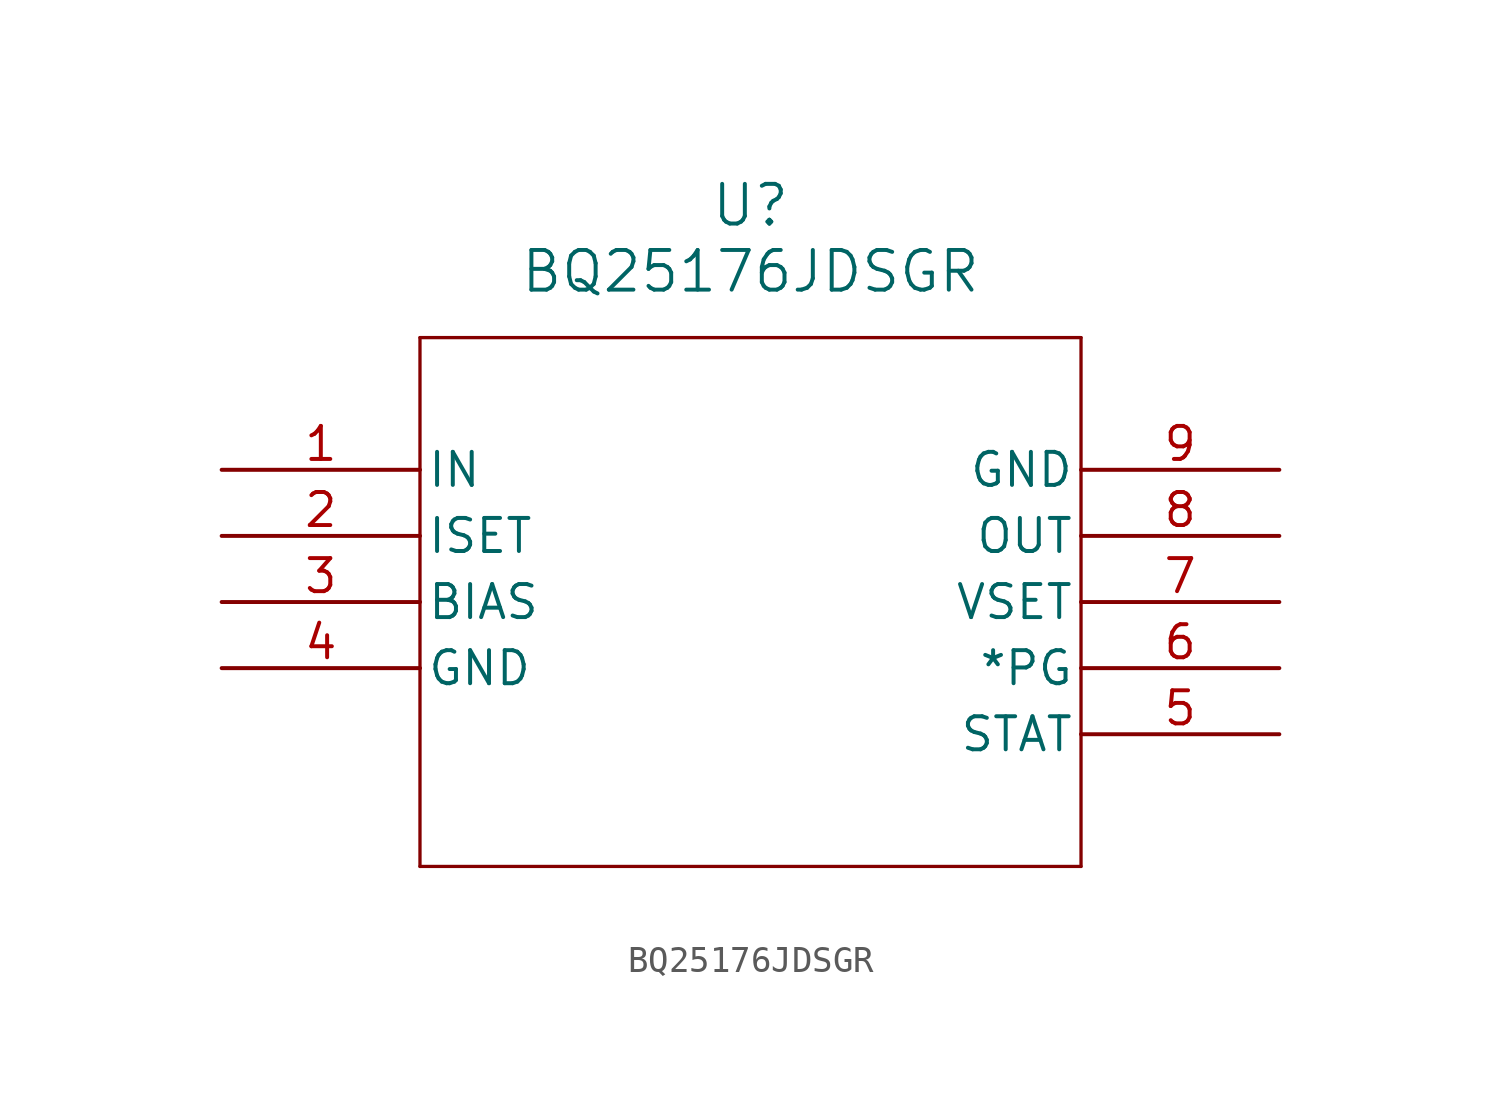
<source format=kicad_sym>
(kicad_symbol_lib
  (version 20211014)
  (generator kicad_symbol_editor)
  (symbol "BQ25176JDSGR"
    (pin_names
      (offset 0.254))
    (property "Reference" "U"
      (at 20.32 10.16 0)
      (effects (font (size 1.524 1.524))))
    (property "Value" "BQ25176JDSGR"
      (at 20.32 7.62 0)
      (effects (font (size 1.524 1.524))))
    (symbol "BQ25176JDSGR_0_1"
      (polyline (pts (xy 7.62 5.08) (xy 7.62 -15.24)) (stroke (width 0.127) (type default) (color 0 0 0 0)) (fill (type none)))
      (polyline (pts (xy 7.62 -15.24) (xy 33.02 -15.24)) (stroke (width 0.127) (type default) (color 0 0 0 0)) (fill (type none)))
      (polyline (pts (xy 33.02 -15.24) (xy 33.02 5.08)) (stroke (width 0.127) (type default) (color 0 0 0 0)) (fill (type none)))
      (polyline (pts (xy 33.02 5.08) (xy 7.62 5.08)) (stroke (width 0.127) (type default) (color 0 0 0 0)) (fill (type none)))
      (pin power_in line (at 0 0 0) (length 7.62) (name "IN" (effects (font (size 1.27 1.27)))) (number "1" (effects (font (size 1.27 1.27)))))
      (pin input line (at 0 -2.54 0) (length 7.62) (name "ISET" (effects (font (size 1.27 1.27)))) (number "2" (effects (font (size 1.27 1.27)))))
      (pin input line (at 0 -5.08 0) (length 7.62) (name "BIAS" (effects (font (size 1.27 1.27)))) (number "3" (effects (font (size 1.27 1.27)))))
      (pin power_out line (at 0 -7.62 0) (length 7.62) (name "GND" (effects (font (size 1.27 1.27)))) (number "4" (effects (font (size 1.27 1.27)))))
      (pin output line (at 40.64 -10.16 180) (length 7.62) (name "STAT" (effects (font (size 1.27 1.27)))) (number "5" (effects (font (size 1.27 1.27)))))
      (pin output line (at 40.64 -7.62 180) (length 7.62) (name "*PG" (effects (font (size 1.27 1.27)))) (number "6" (effects (font (size 1.27 1.27)))))
      (pin input line (at 40.64 -5.08 180) (length 7.62) (name "VSET" (effects (font (size 1.27 1.27)))) (number "7" (effects (font (size 1.27 1.27)))))
      (pin power_in line (at 40.64 -2.54 180) (length 7.62) (name "OUT" (effects (font (size 1.27 1.27)))) (number "8" (effects (font (size 1.27 1.27)))))
      (pin power_out line (at 40.64 0 180) (length 7.62) (name "GND" (effects (font (size 1.27 1.27)))) (number "9" (effects (font (size 1.27 1.27))))))))
</source>
